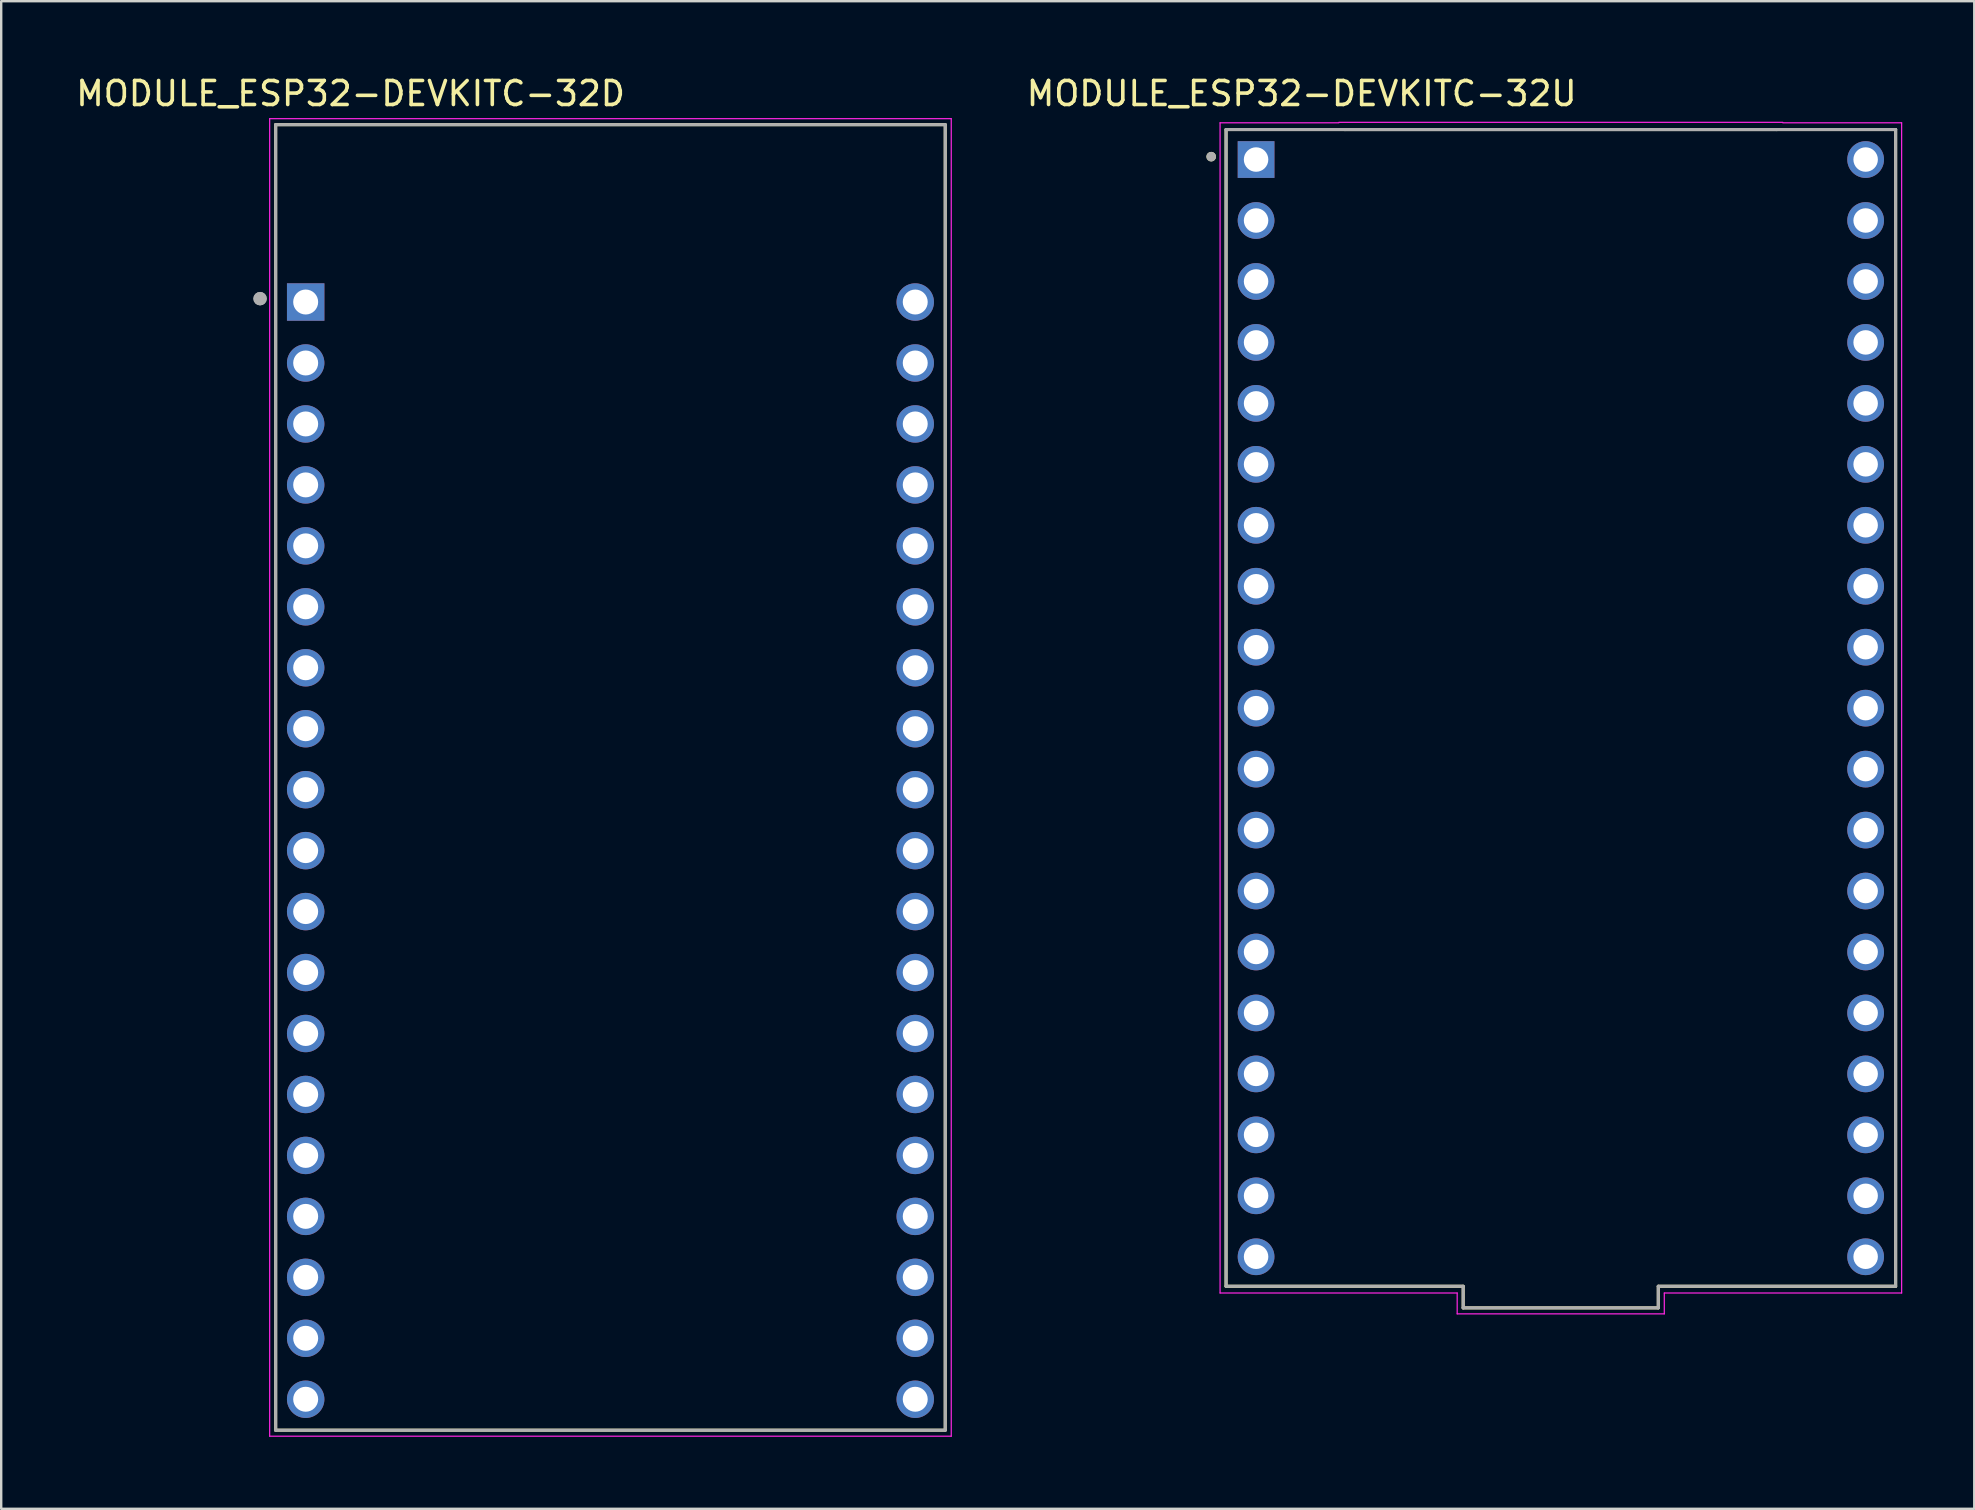
<source format=kicad_pcb>
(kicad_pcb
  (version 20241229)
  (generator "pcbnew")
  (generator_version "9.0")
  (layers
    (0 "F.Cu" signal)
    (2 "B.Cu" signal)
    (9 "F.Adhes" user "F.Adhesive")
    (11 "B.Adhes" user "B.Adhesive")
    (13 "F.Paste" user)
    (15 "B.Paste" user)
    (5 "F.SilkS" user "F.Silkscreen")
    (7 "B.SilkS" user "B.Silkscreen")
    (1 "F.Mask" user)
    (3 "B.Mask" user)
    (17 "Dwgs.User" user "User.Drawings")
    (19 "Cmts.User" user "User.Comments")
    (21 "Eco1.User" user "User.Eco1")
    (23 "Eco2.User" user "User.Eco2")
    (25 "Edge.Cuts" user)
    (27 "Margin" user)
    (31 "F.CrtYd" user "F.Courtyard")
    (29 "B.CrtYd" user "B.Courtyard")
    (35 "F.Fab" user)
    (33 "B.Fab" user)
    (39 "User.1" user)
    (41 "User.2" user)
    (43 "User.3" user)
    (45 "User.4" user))
  (footprint "MODULE_ESP32-DEVKITC-32U"
    (layer "F.Cu")
    (at 61.989 26.448)
    (property "Reference" "MODULE_ESP32-DEVKITC-32U" (at -10.8 -25.6 0) (layer "F.SilkS") (effects (font (size 1 1) (thickness 0.15))))
    (attr through_hole)
    (fp_line (start -13.95 -24.1) (end -13.95 24.1) (stroke (width 0.127) (type solid)) (layer "F.SilkS"))
    (fp_line (start -13.95 24.1) (end -4.07 24.1) (stroke (width 0.127) (type solid)) (layer "F.SilkS"))
    (fp_line (start -9 -24.1) (end -13.95 -24.1) (stroke (width 0.127) (type solid)) (layer "F.SilkS"))
    (fp_line (start -9 -24.1) (end 9 -24.1) (stroke (width 0.127) (type solid)) (layer "F.SilkS"))
    (fp_line (start -4.07 24.1) (end -4.07 25) (stroke (width 0.127) (type solid)) (layer "F.SilkS"))
    (fp_line (start -4.07 25) (end 4.06 25) (stroke (width 0.127) (type solid)) (layer "F.SilkS"))
    (fp_line (start 4.06 24.1) (end 13.95 24.1) (stroke (width 0.127) (type solid)) (layer "F.SilkS"))
    (fp_line (start 4.06 25) (end 4.06 24.1) (stroke (width 0.127) (type solid)) (layer "F.SilkS"))
    (fp_line (start 13.95 -24.1) (end 9 -24.1) (stroke (width 0.127) (type solid)) (layer "F.SilkS"))
    (fp_line (start 13.95 24.1) (end 13.95 -24.1) (stroke (width 0.127) (type solid)) (layer "F.SilkS"))
    (fp_circle (center -14.57 -22.97) (end -14.47 -22.97) (stroke (width 0.2) (type solid)) (fill no) (layer "F.SilkS"))
    (fp_line (start -14.2 -24.38) (end -14.2 24.38) (stroke (width 0.05) (type solid)) (layer "F.CrtYd"))
    (fp_line (start -14.2 24.38) (end -4.32 24.38) (stroke (width 0.05) (type solid)) (layer "F.CrtYd"))
    (fp_line (start -9.25 -24.4) (end 9.25 -24.4) (stroke (width 0.05) (type solid)) (layer "F.CrtYd"))
    (fp_line (start -9.25 -24.38) (end -14.2 -24.38) (stroke (width 0.05) (type solid)) (layer "F.CrtYd"))
    (fp_line (start -4.32 24.38) (end -4.32 25.25) (stroke (width 0.05) (type solid)) (layer "F.CrtYd"))
    (fp_line (start -4.32 25.25) (end 4.31 25.25) (stroke (width 0.05) (type solid)) (layer "F.CrtYd"))
    (fp_line (start 4.31 24.38) (end 14.2 24.38) (stroke (width 0.05) (type solid)) (layer "F.CrtYd"))
    (fp_line (start 4.31 25.25) (end 4.31 24.38) (stroke (width 0.05) (type solid)) (layer "F.CrtYd"))
    (fp_line (start 14.2 -24.38) (end 9.25 -24.38) (stroke (width 0.05) (type solid)) (layer "F.CrtYd"))
    (fp_line (start 14.2 24.38) (end 14.2 -24.38) (stroke (width 0.05) (type solid)) (layer "F.CrtYd"))
    (fp_line (start -13.95 -24.1) (end -13.95 24.1) (stroke (width 0.127) (type solid)) (layer "F.Fab"))
    (fp_line (start -13.95 24.1) (end -4.07 24.1) (stroke (width 0.127) (type solid)) (layer "F.Fab"))
    (fp_line (start -9 -24.1) (end -13.95 -24.1) (stroke (width 0.127) (type solid)) (layer "F.Fab"))
    (fp_line (start -9 -24.1) (end 9 -24.1) (stroke (width 0.127) (type solid)) (layer "F.Fab"))
    (fp_line (start -4.07 24.1) (end -4.07 25) (stroke (width 0.127) (type solid)) (layer "F.Fab"))
    (fp_line (start -4.07 25) (end 4.06 25) (stroke (width 0.127) (type solid)) (layer "F.Fab"))
    (fp_line (start 4.06 24.1) (end 13.95 24.1) (stroke (width 0.127) (type solid)) (layer "F.Fab"))
    (fp_line (start 4.06 25) (end 4.06 24.1) (stroke (width 0.127) (type solid)) (layer "F.Fab"))
    (fp_line (start 9 -24.1) (end -9 -24.1) (stroke (width 0.127) (type solid)) (layer "F.Fab"))
    (fp_line (start 13.95 -24.1) (end 9 -24.1) (stroke (width 0.127) (type solid)) (layer "F.Fab"))
    (fp_line (start 13.95 24.1) (end 13.95 -24.1) (stroke (width 0.127) (type solid)) (layer "F.Fab"))
    (fp_circle (center -14.57 -22.97) (end -14.47 -22.97) (stroke (width 0.2) (type solid)) (fill no) (layer "F.Fab"))
    (pad "1" thru_hole rect (at -12.7 -22.85) (size 1.53 1.53) (drill 1.02) (layers "*.Cu" "*.Mask"))
    (pad "2" thru_hole circle (at -12.7 -20.31) (size 1.53 1.53) (drill 1.02) (layers "*.Cu" "*.Mask"))
    (pad "3" thru_hole circle (at -12.7 -17.77) (size 1.53 1.53) (drill 1.02) (layers "*.Cu" "*.Mask"))
    (pad "4" thru_hole circle (at -12.7 -15.23) (size 1.53 1.53) (drill 1.02) (layers "*.Cu" "*.Mask"))
    (pad "5" thru_hole circle (at -12.7 -12.69) (size 1.53 1.53) (drill 1.02) (layers "*.Cu" "*.Mask"))
    (pad "6" thru_hole circle (at -12.7 -10.15) (size 1.53 1.53) (drill 1.02) (layers "*.Cu" "*.Mask"))
    (pad "7" thru_hole circle (at -12.7 -7.61) (size 1.53 1.53) (drill 1.02) (layers "*.Cu" "*.Mask"))
    (pad "8" thru_hole circle (at -12.7 -5.07) (size 1.53 1.53) (drill 1.02) (layers "*.Cu" "*.Mask"))
    (pad "9" thru_hole circle (at -12.7 -2.53) (size 1.53 1.53) (drill 1.02) (layers "*.Cu" "*.Mask"))
    (pad "10" thru_hole circle (at -12.7 0.01) (size 1.53 1.53) (drill 1.02) (layers "*.Cu" "*.Mask"))
    (pad "11" thru_hole circle (at -12.7 2.55) (size 1.53 1.53) (drill 1.02) (layers "*.Cu" "*.Mask"))
    (pad "12" thru_hole circle (at -12.7 5.09) (size 1.53 1.53) (drill 1.02) (layers "*.Cu" "*.Mask"))
    (pad "13" thru_hole circle (at -12.7 7.63) (size 1.53 1.53) (drill 1.02) (layers "*.Cu" "*.Mask"))
    (pad "14" thru_hole circle (at -12.7 10.17) (size 1.53 1.53) (drill 1.02) (layers "*.Cu" "*.Mask"))
    (pad "15" thru_hole circle (at -12.7 12.71) (size 1.53 1.53) (drill 1.02) (layers "*.Cu" "*.Mask"))
    (pad "16" thru_hole circle (at -12.7 15.25) (size 1.53 1.53) (drill 1.02) (layers "*.Cu" "*.Mask"))
    (pad "17" thru_hole circle (at -12.7 17.79) (size 1.53 1.53) (drill 1.02) (layers "*.Cu" "*.Mask"))
    (pad "18" thru_hole circle (at -12.7 20.33) (size 1.53 1.53) (drill 1.02) (layers "*.Cu" "*.Mask"))
    (pad "19" thru_hole circle (at -12.7 22.87) (size 1.53 1.53) (drill 1.02) (layers "*.Cu" "*.Mask"))
    (pad "20" thru_hole circle (at 12.7 22.87) (size 1.53 1.53) (drill 1.02) (layers "*.Cu" "*.Mask"))
    (pad "21" thru_hole circle (at 12.7 20.33) (size 1.53 1.53) (drill 1.02) (layers "*.Cu" "*.Mask"))
    (pad "22" thru_hole circle (at 12.7 17.79) (size 1.53 1.53) (drill 1.02) (layers "*.Cu" "*.Mask"))
    (pad "23" thru_hole circle (at 12.7 15.25) (size 1.53 1.53) (drill 1.02) (layers "*.Cu" "*.Mask"))
    (pad "24" thru_hole circle (at 12.7 12.71) (size 1.53 1.53) (drill 1.02) (layers "*.Cu" "*.Mask"))
    (pad "25" thru_hole circle (at 12.7 10.17) (size 1.53 1.53) (drill 1.02) (layers "*.Cu" "*.Mask"))
    (pad "26" thru_hole circle (at 12.7 7.63) (size 1.53 1.53) (drill 1.02) (layers "*.Cu" "*.Mask"))
    (pad "27" thru_hole circle (at 12.7 5.09) (size 1.53 1.53) (drill 1.02) (layers "*.Cu" "*.Mask"))
    (pad "28" thru_hole circle (at 12.7 2.55) (size 1.53 1.53) (drill 1.02) (layers "*.Cu" "*.Mask"))
    (pad "29" thru_hole circle (at 12.7 0.01) (size 1.53 1.53) (drill 1.02) (layers "*.Cu" "*.Mask"))
    (pad "30" thru_hole circle (at 12.7 -2.53) (size 1.53 1.53) (drill 1.02) (layers "*.Cu" "*.Mask"))
    (pad "31" thru_hole circle (at 12.7 -5.07) (size 1.53 1.53) (drill 1.02) (layers "*.Cu" "*.Mask"))
    (pad "32" thru_hole circle (at 12.7 -7.61) (size 1.53 1.53) (drill 1.02) (layers "*.Cu" "*.Mask"))
    (pad "33" thru_hole circle (at 12.7 -10.15) (size 1.53 1.53) (drill 1.02) (layers "*.Cu" "*.Mask"))
    (pad "34" thru_hole circle (at 12.7 -12.69) (size 1.53 1.53) (drill 1.02) (layers "*.Cu" "*.Mask"))
    (pad "35" thru_hole circle (at 12.7 -15.23) (size 1.53 1.53) (drill 1.02) (layers "*.Cu" "*.Mask"))
    (pad "36" thru_hole circle (at 12.7 -17.77) (size 1.53 1.53) (drill 1.02) (layers "*.Cu" "*.Mask"))
    (pad "37" thru_hole circle (at 12.7 -20.31) (size 1.53 1.53) (drill 1.02) (layers "*.Cu" "*.Mask"))
    (pad "38" thru_hole circle (at 12.7 -22.85) (size 1.53 1.53) (drill 1.02) (layers "*.Cu" "*.Mask")))
  (footprint "MODULE_ESP32-DEVKITC-32D"
    (layer "F.Cu")
    (at 22.387 29.295)
    (property "Reference" "MODULE_ESP32-DEVKITC-32D" (at -10.829 -28.446 0) (layer "F.SilkS") (effects (font (size 1 1) (thickness 0.15))))
    (attr through_hole)
    (fp_line (start -13.95 -27.15) (end 13.95 -27.15) (stroke (width 0.127) (type solid)) (layer "F.SilkS"))
    (fp_line (start -13.95 27.25) (end -13.95 -27.15) (stroke (width 0.127) (type solid)) (layer "F.SilkS"))
    (fp_line (start 13.95 -27.15) (end 13.95 27.25) (stroke (width 0.127) (type solid)) (layer "F.SilkS"))
    (fp_line (start 13.95 27.25) (end -13.95 27.25) (stroke (width 0.127) (type solid)) (layer "F.SilkS"))
    (fp_line (start -14.2 -27.4) (end 14.2 -27.4) (stroke (width 0.05) (type solid)) (layer "F.CrtYd"))
    (fp_line (start -14.2 27.5) (end -14.2 -27.4) (stroke (width 0.05) (type solid)) (layer "F.CrtYd"))
    (fp_line (start 14.2 -27.4) (end 14.2 27.5) (stroke (width 0.05) (type solid)) (layer "F.CrtYd"))
    (fp_line (start 14.2 27.5) (end -14.2 27.5) (stroke (width 0.05) (type solid)) (layer "F.CrtYd"))
    (fp_line (start -13.95 -27.15) (end 13.95 -27.15) (stroke (width 0.127) (type solid)) (layer "F.Fab"))
    (fp_line (start -13.95 27.25) (end -13.95 -27.15) (stroke (width 0.127) (type solid)) (layer "F.Fab"))
    (fp_line (start 13.95 -27.15) (end 13.95 27.25) (stroke (width 0.127) (type solid)) (layer "F.Fab"))
    (fp_line (start 13.95 27.25) (end -13.95 27.25) (stroke (width 0.127) (type solid)) (layer "F.Fab"))
    (fp_circle (center -14.6 -19.9) (end -14.46 -19.9) (stroke (width 0.28) (type solid)) (fill no) (layer "F.Fab"))
    (fp_circle (center -14.6 -19.9) (end -14.46 -19.9) (stroke (width 0.28) (type solid)) (fill no) (layer "F.Fab"))
    (pad "1" thru_hole rect (at -12.7 -19.76) (size 1.56 1.56) (drill 1.04) (layers "*.Cu" "*.Mask"))
    (pad "2" thru_hole circle (at -12.7 -17.22) (size 1.56 1.56) (drill 1.04) (layers "*.Cu" "*.Mask"))
    (pad "3" thru_hole circle (at -12.7 -14.68) (size 1.56 1.56) (drill 1.04) (layers "*.Cu" "*.Mask"))
    (pad "4" thru_hole circle (at -12.7 -12.14) (size 1.56 1.56) (drill 1.04) (layers "*.Cu" "*.Mask"))
    (pad "5" thru_hole circle (at -12.7 -9.6) (size 1.56 1.56) (drill 1.04) (layers "*.Cu" "*.Mask"))
    (pad "6" thru_hole circle (at -12.7 -7.06) (size 1.56 1.56) (drill 1.04) (layers "*.Cu" "*.Mask"))
    (pad "7" thru_hole circle (at -12.7 -4.52) (size 1.56 1.56) (drill 1.04) (layers "*.Cu" "*.Mask"))
    (pad "8" thru_hole circle (at -12.7 -1.98) (size 1.56 1.56) (drill 1.04) (layers "*.Cu" "*.Mask"))
    (pad "9" thru_hole circle (at -12.7 0.56) (size 1.56 1.56) (drill 1.04) (layers "*.Cu" "*.Mask"))
    (pad "10" thru_hole circle (at -12.7 3.1) (size 1.56 1.56) (drill 1.04) (layers "*.Cu" "*.Mask"))
    (pad "11" thru_hole circle (at -12.7 5.64) (size 1.56 1.56) (drill 1.04) (layers "*.Cu" "*.Mask"))
    (pad "12" thru_hole circle (at -12.7 8.18) (size 1.56 1.56) (drill 1.04) (layers "*.Cu" "*.Mask"))
    (pad "13" thru_hole circle (at -12.7 10.72) (size 1.56 1.56) (drill 1.04) (layers "*.Cu" "*.Mask"))
    (pad "14" thru_hole circle (at -12.7 13.26) (size 1.56 1.56) (drill 1.04) (layers "*.Cu" "*.Mask"))
    (pad "15" thru_hole circle (at -12.7 15.8) (size 1.56 1.56) (drill 1.04) (layers "*.Cu" "*.Mask"))
    (pad "16" thru_hole circle (at -12.7 18.34) (size 1.56 1.56) (drill 1.04) (layers "*.Cu" "*.Mask"))
    (pad "17" thru_hole circle (at -12.7 20.88) (size 1.56 1.56) (drill 1.04) (layers "*.Cu" "*.Mask"))
    (pad "18" thru_hole circle (at -12.7 23.42) (size 1.56 1.56) (drill 1.04) (layers "*.Cu" "*.Mask"))
    (pad "19" thru_hole circle (at -12.7 25.96) (size 1.56 1.56) (drill 1.04) (layers "*.Cu" "*.Mask"))
    (pad "20" thru_hole circle (at 12.7 -19.76) (size 1.56 1.56) (drill 1.04) (layers "*.Cu" "*.Mask"))
    (pad "21" thru_hole circle (at 12.7 -17.22) (size 1.56 1.56) (drill 1.04) (layers "*.Cu" "*.Mask"))
    (pad "22" thru_hole circle (at 12.7 -14.68) (size 1.56 1.56) (drill 1.04) (layers "*.Cu" "*.Mask"))
    (pad "23" thru_hole circle (at 12.7 -12.14) (size 1.56 1.56) (drill 1.04) (layers "*.Cu" "*.Mask"))
    (pad "24" thru_hole circle (at 12.7 -9.6) (size 1.56 1.56) (drill 1.04) (layers "*.Cu" "*.Mask"))
    (pad "25" thru_hole circle (at 12.7 -7.06) (size 1.56 1.56) (drill 1.04) (layers "*.Cu" "*.Mask"))
    (pad "26" thru_hole circle (at 12.7 -4.52) (size 1.56 1.56) (drill 1.04) (layers "*.Cu" "*.Mask"))
    (pad "27" thru_hole circle (at 12.7 -1.98) (size 1.56 1.56) (drill 1.04) (layers "*.Cu" "*.Mask"))
    (pad "28" thru_hole circle (at 12.7 0.56) (size 1.56 1.56) (drill 1.04) (layers "*.Cu" "*.Mask"))
    (pad "29" thru_hole circle (at 12.7 3.1) (size 1.56 1.56) (drill 1.04) (layers "*.Cu" "*.Mask"))
    (pad "30" thru_hole circle (at 12.7 5.64) (size 1.56 1.56) (drill 1.04) (layers "*.Cu" "*.Mask"))
    (pad "31" thru_hole circle (at 12.7 8.18) (size 1.56 1.56) (drill 1.04) (layers "*.Cu" "*.Mask"))
    (pad "32" thru_hole circle (at 12.7 10.72) (size 1.56 1.56) (drill 1.04) (layers "*.Cu" "*.Mask"))
    (pad "33" thru_hole circle (at 12.7 13.26) (size 1.56 1.56) (drill 1.04) (layers "*.Cu" "*.Mask"))
    (pad "34" thru_hole circle (at 12.7 15.8) (size 1.56 1.56) (drill 1.04) (layers "*.Cu" "*.Mask"))
    (pad "35" thru_hole circle (at 12.7 18.34) (size 1.56 1.56) (drill 1.04) (layers "*.Cu" "*.Mask"))
    (pad "36" thru_hole circle (at 12.7 20.88) (size 1.56 1.56) (drill 1.04) (layers "*.Cu" "*.Mask"))
    (pad "37" thru_hole circle (at 12.7 23.42) (size 1.56 1.56) (drill 1.04) (layers "*.Cu" "*.Mask"))
    (pad "38" thru_hole circle (at 12.7 25.96) (size 1.56 1.56) (drill 1.04) (layers "*.Cu" "*.Mask")))
  (gr_rect
    (start -3 -3)
    (end 79.215 59.82)
    (stroke (width 0.1) (type default))
    (fill no)
    (layer "Edge.Cuts")))
</source>
